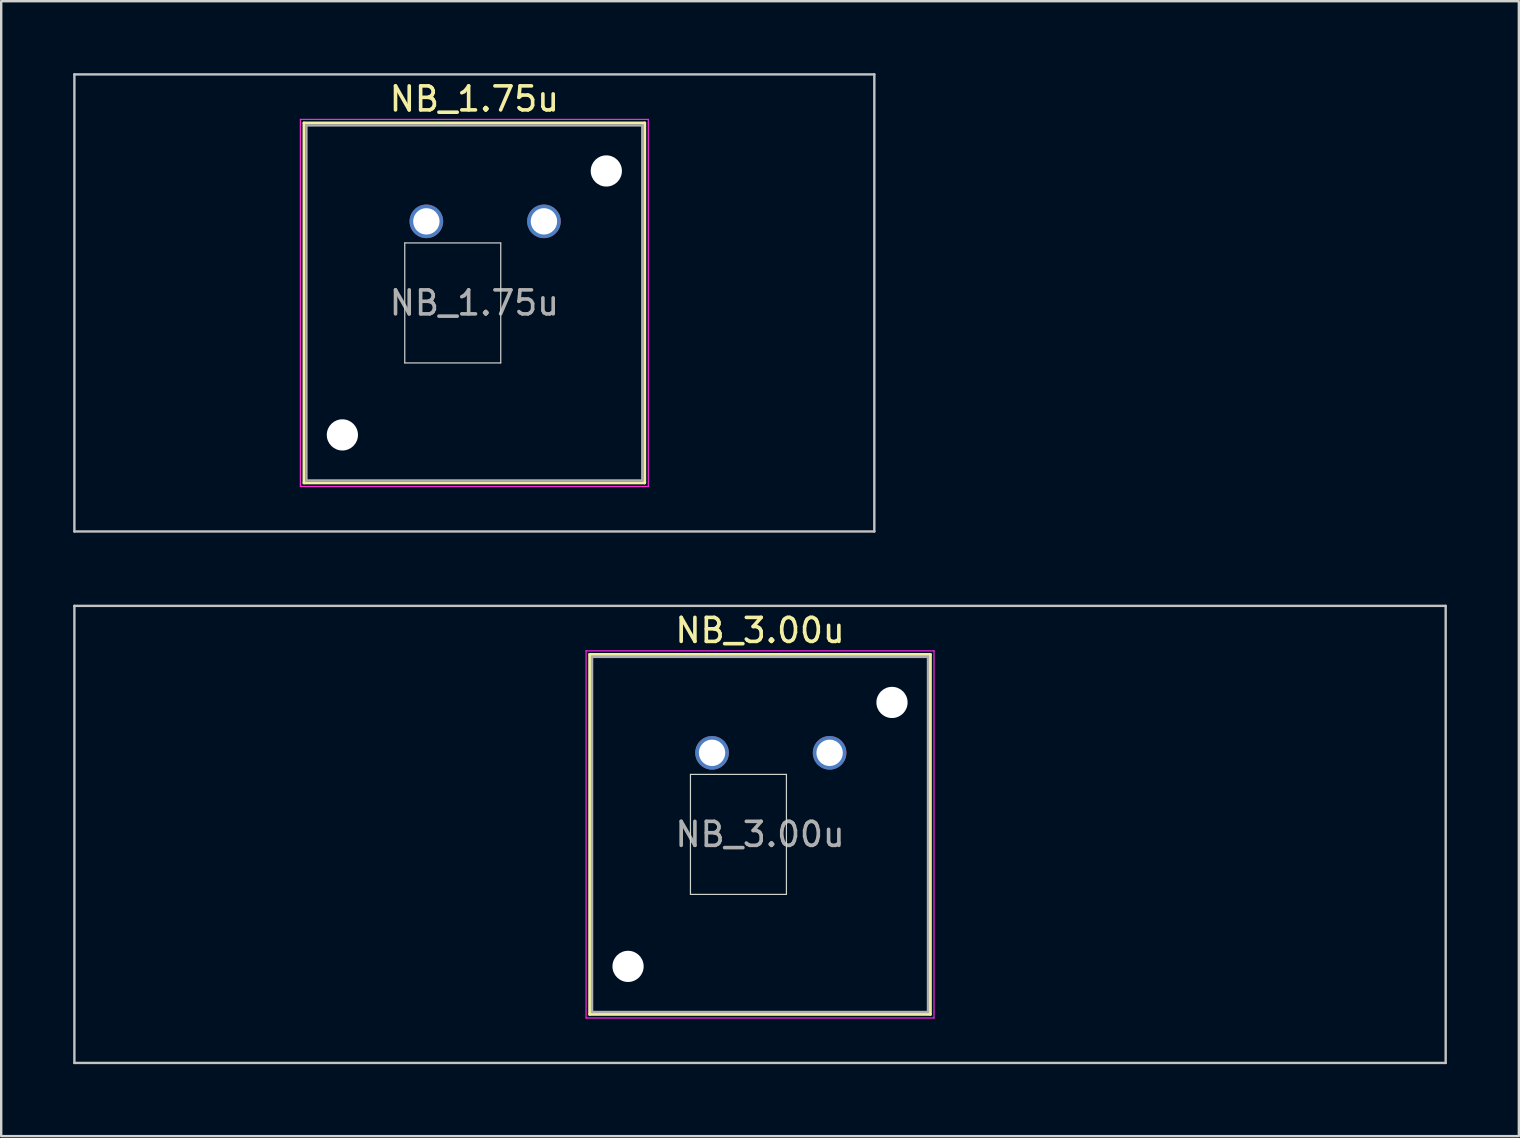
<source format=kicad_pcb>
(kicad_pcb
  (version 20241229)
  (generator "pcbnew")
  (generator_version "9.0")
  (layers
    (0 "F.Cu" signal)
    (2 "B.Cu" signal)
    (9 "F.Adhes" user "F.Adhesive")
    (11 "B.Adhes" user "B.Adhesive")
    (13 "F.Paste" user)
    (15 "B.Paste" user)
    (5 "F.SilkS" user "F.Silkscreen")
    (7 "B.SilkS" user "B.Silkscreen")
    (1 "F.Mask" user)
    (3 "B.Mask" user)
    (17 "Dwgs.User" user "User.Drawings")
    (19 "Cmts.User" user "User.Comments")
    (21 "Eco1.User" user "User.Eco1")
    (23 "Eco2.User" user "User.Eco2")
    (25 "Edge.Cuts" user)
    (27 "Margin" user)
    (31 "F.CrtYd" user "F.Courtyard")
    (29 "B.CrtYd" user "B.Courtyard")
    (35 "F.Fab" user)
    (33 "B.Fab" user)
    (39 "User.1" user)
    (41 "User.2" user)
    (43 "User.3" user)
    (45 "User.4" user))
  (footprint "NB_1.75u"
    (layer "F.Cu")
    (at 16.719 9.575)
    (property "Reference" "NB_1.75u" (at 0 -8.5 0) (layer "F.SilkS") (effects (font (size 1 1) (thickness 0.15))))
    (attr through_hole)
    (fp_line (start -7.1 -7.5) (end -7.1 7.5) (stroke (width 0.12) (type solid)) (layer "F.SilkS"))
    (fp_line (start -7.1 7.5) (end 7.1 7.5) (stroke (width 0.12) (type solid)) (layer "F.SilkS"))
    (fp_line (start 7.1 -7.5) (end -7.1 -7.5) (stroke (width 0.12) (type solid)) (layer "F.SilkS"))
    (fp_line (start 7.1 7.5) (end 7.1 -7.5) (stroke (width 0.12) (type solid)) (layer "F.SilkS"))
    (fp_line (start -16.669 -9.525) (end -16.669 9.525) (stroke (width 0.1) (type solid)) (layer "Dwgs.User"))
    (fp_line (start -16.669 9.525) (end 16.669 9.525) (stroke (width 0.1) (type solid)) (layer "Dwgs.User"))
    (fp_line (start 16.669 -9.525) (end -16.669 -9.525) (stroke (width 0.1) (type solid)) (layer "Dwgs.User"))
    (fp_line (start 16.669 9.525) (end 16.669 -9.525) (stroke (width 0.1) (type solid)) (layer "Dwgs.User"))
    (fp_line (start -8 -8) (end -8 8) (stroke (width 0.1) (type solid)) (layer "Eco1.User"))
    (fp_line (start -8 8) (end 8 8) (stroke (width 0.1) (type solid)) (layer "Eco1.User"))
    (fp_line (start 8 -8) (end -8 -8) (stroke (width 0.1) (type solid)) (layer "Eco1.User"))
    (fp_line (start 8 8) (end 8 -8) (stroke (width 0.1) (type solid)) (layer "Eco1.User"))
    (fp_line (start -2.9 -2.5) (end 1.1 -2.5) (stroke (width 0.05) (type solid)) (layer "Edge.Cuts"))
    (fp_line (start -2.9 2.5) (end -2.9 -2.5) (stroke (width 0.05) (type solid)) (layer "Edge.Cuts"))
    (fp_line (start 1.1 -2.5) (end 1.1 2.5) (stroke (width 0.05) (type solid)) (layer "Edge.Cuts"))
    (fp_line (start 1.1 2.5) (end -2.9 2.5) (stroke (width 0.05) (type solid)) (layer "Edge.Cuts"))
    (fp_line (start -7.25 -7.65) (end -7.25 7.65) (stroke (width 0.05) (type solid)) (layer "F.CrtYd"))
    (fp_line (start -7.25 7.65) (end 7.25 7.65) (stroke (width 0.05) (type solid)) (layer "F.CrtYd"))
    (fp_line (start 7.25 -7.65) (end -7.25 -7.65) (stroke (width 0.05) (type solid)) (layer "F.CrtYd"))
    (fp_line (start 7.25 7.65) (end 7.25 -7.65) (stroke (width 0.05) (type solid)) (layer "F.CrtYd"))
    (fp_line (start -7 -7.4) (end -7 7.4) (stroke (width 0.1) (type solid)) (layer "F.Fab"))
    (fp_line (start -7 7.4) (end 7 7.4) (stroke (width 0.1) (type solid)) (layer "F.Fab"))
    (fp_line (start 7 -7.4) (end -7 -7.4) (stroke (width 0.1) (type solid)) (layer "F.Fab"))
    (fp_line (start 7 7.4) (end 7 -7.4) (stroke (width 0.1) (type solid)) (layer "F.Fab"))
    (fp_text user "${REFERENCE}" (at 0 0 0) (layer "F.Fab") (effects (font (size 1 1) (thickness 0.15))))
    (pad "" np_thru_hole circle (at -5.5 5.5) (size 1.3 1.3) (drill 1.3) (layers "*.Cu" "*.Mask"))
    (pad "" np_thru_hole circle (at 5.5 -5.5) (size 1.3 1.3) (drill 1.3) (layers "*.Cu" "*.Mask"))
    (pad "1" thru_hole circle (at -2 -3.4) (size 1.4 1.4) (drill 1.1) (layers "*.Cu" "*.Mask"))
    (pad "2" thru_hole circle (at 2.9 -3.4) (size 1.4 1.4) (drill 1.1) (layers "*.Cu" "*.Mask")))
  (footprint "NB_3.00u"
    (layer "F.Cu")
    (at 28.625 31.725)
    (property "Reference" "NB_3.00u" (at 0 -8.5 0) (layer "F.SilkS") (effects (font (size 1 1) (thickness 0.15))))
    (attr through_hole)
    (fp_line (start -7.1 -7.5) (end -7.1 7.5) (stroke (width 0.12) (type solid)) (layer "F.SilkS"))
    (fp_line (start -7.1 7.5) (end 7.1 7.5) (stroke (width 0.12) (type solid)) (layer "F.SilkS"))
    (fp_line (start 7.1 -7.5) (end -7.1 -7.5) (stroke (width 0.12) (type solid)) (layer "F.SilkS"))
    (fp_line (start 7.1 7.5) (end 7.1 -7.5) (stroke (width 0.12) (type solid)) (layer "F.SilkS"))
    (fp_line (start -28.575 -9.525) (end -28.575 9.525) (stroke (width 0.1) (type solid)) (layer "Dwgs.User"))
    (fp_line (start -28.575 9.525) (end 28.575 9.525) (stroke (width 0.1) (type solid)) (layer "Dwgs.User"))
    (fp_line (start 28.575 -9.525) (end -28.575 -9.525) (stroke (width 0.1) (type solid)) (layer "Dwgs.User"))
    (fp_line (start 28.575 9.525) (end 28.575 -9.525) (stroke (width 0.1) (type solid)) (layer "Dwgs.User"))
    (fp_line (start -8 -8) (end -8 8) (stroke (width 0.1) (type solid)) (layer "Eco1.User"))
    (fp_line (start -8 8) (end 8 8) (stroke (width 0.1) (type solid)) (layer "Eco1.User"))
    (fp_line (start 8 -8) (end -8 -8) (stroke (width 0.1) (type solid)) (layer "Eco1.User"))
    (fp_line (start 8 8) (end 8 -8) (stroke (width 0.1) (type solid)) (layer "Eco1.User"))
    (fp_line (start -2.9 -2.5) (end 1.1 -2.5) (stroke (width 0.05) (type solid)) (layer "Edge.Cuts"))
    (fp_line (start -2.9 2.5) (end -2.9 -2.5) (stroke (width 0.05) (type solid)) (layer "Edge.Cuts"))
    (fp_line (start 1.1 -2.5) (end 1.1 2.5) (stroke (width 0.05) (type solid)) (layer "Edge.Cuts"))
    (fp_line (start 1.1 2.5) (end -2.9 2.5) (stroke (width 0.05) (type solid)) (layer "Edge.Cuts"))
    (fp_line (start -7.25 -7.65) (end -7.25 7.65) (stroke (width 0.05) (type solid)) (layer "F.CrtYd"))
    (fp_line (start -7.25 7.65) (end 7.25 7.65) (stroke (width 0.05) (type solid)) (layer "F.CrtYd"))
    (fp_line (start 7.25 -7.65) (end -7.25 -7.65) (stroke (width 0.05) (type solid)) (layer "F.CrtYd"))
    (fp_line (start 7.25 7.65) (end 7.25 -7.65) (stroke (width 0.05) (type solid)) (layer "F.CrtYd"))
    (fp_line (start -7 -7.4) (end -7 7.4) (stroke (width 0.1) (type solid)) (layer "F.Fab"))
    (fp_line (start -7 7.4) (end 7 7.4) (stroke (width 0.1) (type solid)) (layer "F.Fab"))
    (fp_line (start 7 -7.4) (end -7 -7.4) (stroke (width 0.1) (type solid)) (layer "F.Fab"))
    (fp_line (start 7 7.4) (end 7 -7.4) (stroke (width 0.1) (type solid)) (layer "F.Fab"))
    (fp_text user "${REFERENCE}" (at 0 0 0) (layer "F.Fab") (effects (font (size 1 1) (thickness 0.15))))
    (pad "" np_thru_hole circle (at -5.5 5.5) (size 1.3 1.3) (drill 1.3) (layers "*.Cu" "*.Mask"))
    (pad "" np_thru_hole circle (at 5.5 -5.5) (size 1.3 1.3) (drill 1.3) (layers "*.Cu" "*.Mask"))
    (pad "1" thru_hole circle (at -2 -3.4) (size 1.4 1.4) (drill 1.1) (layers "*.Cu" "*.Mask"))
    (pad "2" thru_hole circle (at 2.9 -3.4) (size 1.4 1.4) (drill 1.1) (layers "*.Cu" "*.Mask")))
  (gr_rect
    (start -3 -3)
    (end 60.25 44.3)
    (stroke (width 0.1) (type default))
    (fill no)
    (layer "Edge.Cuts")))
</source>
